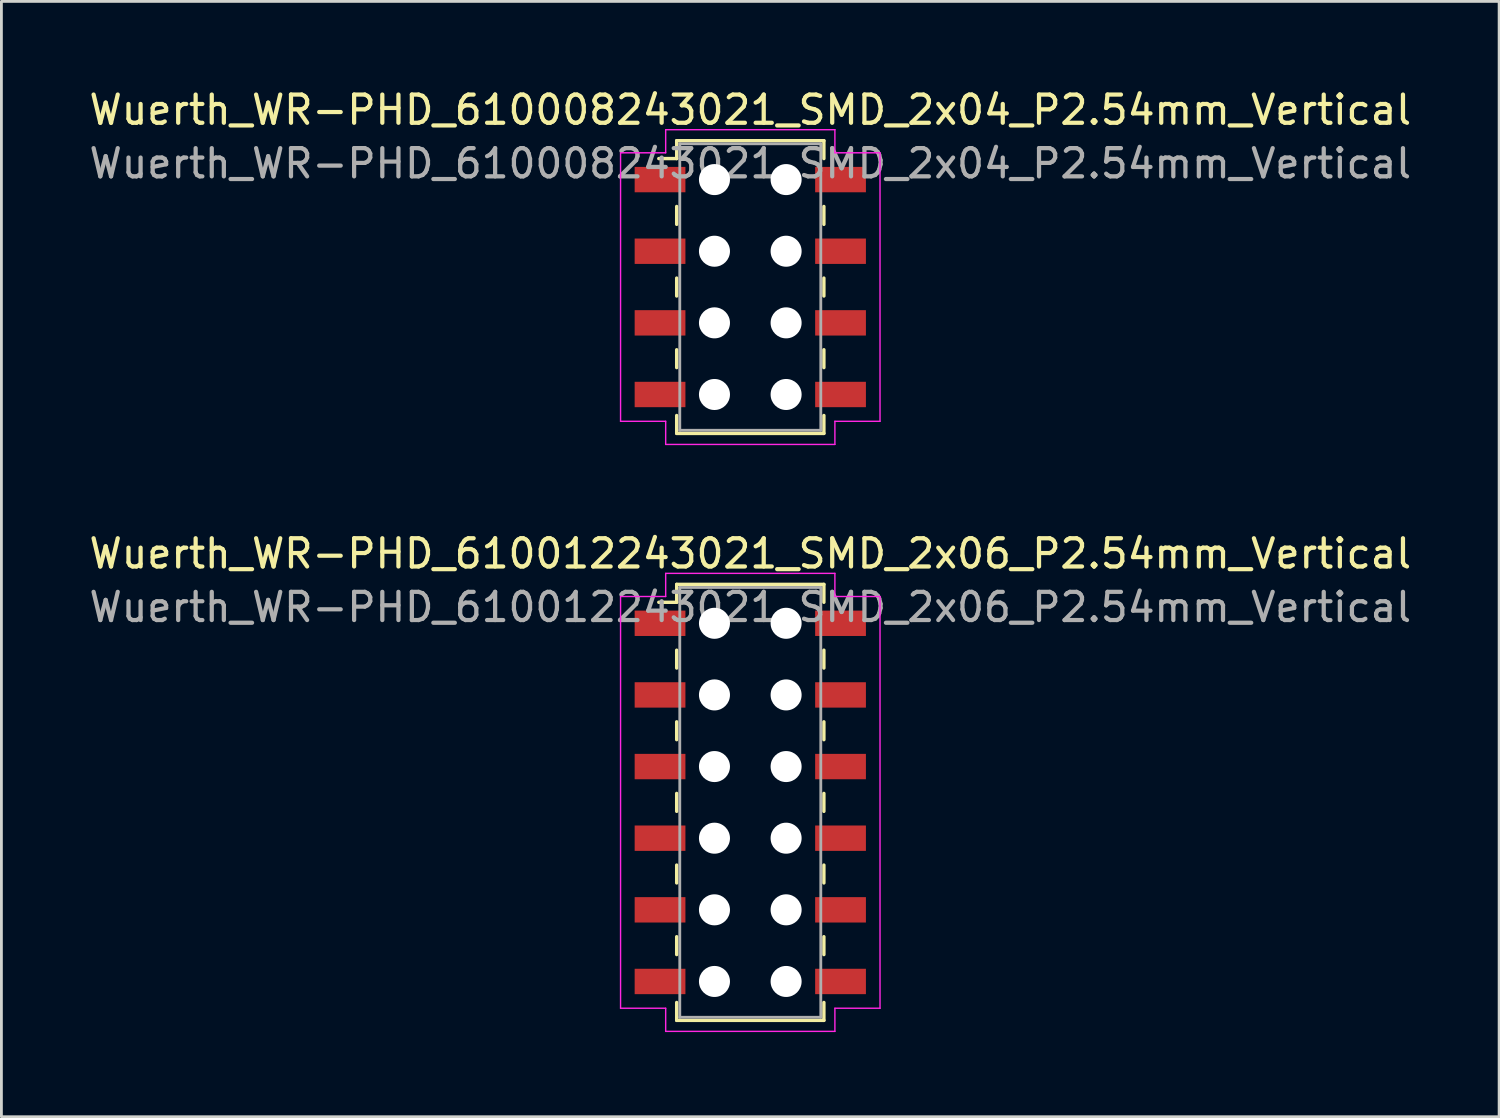
<source format=kicad_pcb>
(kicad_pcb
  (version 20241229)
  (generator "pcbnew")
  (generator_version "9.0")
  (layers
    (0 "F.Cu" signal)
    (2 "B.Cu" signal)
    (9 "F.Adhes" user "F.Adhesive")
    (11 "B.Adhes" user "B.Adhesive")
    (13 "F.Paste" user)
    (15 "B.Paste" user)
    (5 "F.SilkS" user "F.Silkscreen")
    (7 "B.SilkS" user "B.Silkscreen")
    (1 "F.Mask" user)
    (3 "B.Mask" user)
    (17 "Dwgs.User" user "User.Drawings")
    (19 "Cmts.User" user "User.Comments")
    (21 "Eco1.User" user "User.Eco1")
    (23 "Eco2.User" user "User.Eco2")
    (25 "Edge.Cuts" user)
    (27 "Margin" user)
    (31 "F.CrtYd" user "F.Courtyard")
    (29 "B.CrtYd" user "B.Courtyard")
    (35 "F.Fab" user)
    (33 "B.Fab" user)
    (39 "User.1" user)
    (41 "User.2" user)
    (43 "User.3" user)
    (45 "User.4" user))
  (footprint "Wuerth_WR-PHD_610012243021_SMD_2x06_P2.54mm_Vertical"
    (layer "F.Cu")
    (at 23.554 25.401)
    (property "Reference" "Wuerth_WR-PHD_610012243021_SMD_2x06_P2.54mm_Vertical" (at 0 -8.82 0) (layer "F.SilkS") (effects (font (size 1 1) (thickness 0.15))))
    (attr smd)
    (fp_line (start -2.61 -7.73) (end -2.61 -7.095) (stroke (width 0.12) (type solid)) (layer "F.SilkS"))
    (fp_line (start -2.61 -7.73) (end 2.61 -7.73) (stroke (width 0.12) (type solid)) (layer "F.SilkS"))
    (fp_line (start -2.61 -7.095) (end -3.245 -7.095) (stroke (width 0.12) (type solid)) (layer "F.SilkS"))
    (fp_line (start -2.61 -5.397) (end -2.61 -4.763) (stroke (width 0.12) (type solid)) (layer "F.SilkS"))
    (fp_line (start -2.61 -2.857) (end -2.61 -2.223) (stroke (width 0.12) (type solid)) (layer "F.SilkS"))
    (fp_line (start -2.61 -0.318) (end -2.61 0.318) (stroke (width 0.12) (type solid)) (layer "F.SilkS"))
    (fp_line (start -2.61 2.223) (end -2.61 2.857) (stroke (width 0.12) (type solid)) (layer "F.SilkS"))
    (fp_line (start -2.61 4.763) (end -2.61 5.397) (stroke (width 0.12) (type solid)) (layer "F.SilkS"))
    (fp_line (start -2.61 7.73) (end -2.61 7.095) (stroke (width 0.12) (type solid)) (layer "F.SilkS"))
    (fp_line (start -2.61 7.73) (end 2.61 7.73) (stroke (width 0.12) (type solid)) (layer "F.SilkS"))
    (fp_line (start 2.61 -7.73) (end 2.61 -7.095) (stroke (width 0.12) (type solid)) (layer "F.SilkS"))
    (fp_line (start 2.61 -5.397) (end 2.61 -4.763) (stroke (width 0.12) (type solid)) (layer "F.SilkS"))
    (fp_line (start 2.61 -2.857) (end 2.61 -2.223) (stroke (width 0.12) (type solid)) (layer "F.SilkS"))
    (fp_line (start 2.61 -0.318) (end 2.61 0.318) (stroke (width 0.12) (type solid)) (layer "F.SilkS"))
    (fp_line (start 2.61 2.223) (end 2.61 2.857) (stroke (width 0.12) (type solid)) (layer "F.SilkS"))
    (fp_line (start 2.61 4.763) (end 2.61 5.397) (stroke (width 0.12) (type solid)) (layer "F.SilkS"))
    (fp_line (start 2.61 7.73) (end 2.61 7.095) (stroke (width 0.12) (type solid)) (layer "F.SilkS"))
    (fp_line (start -4.6 -7.3) (end -3 -7.3) (stroke (width 0.05) (type solid)) (layer "F.CrtYd"))
    (fp_line (start -4.6 7.3) (end -4.6 -7.3) (stroke (width 0.05) (type solid)) (layer "F.CrtYd"))
    (fp_line (start -3 -8.12) (end 3 -8.12) (stroke (width 0.05) (type solid)) (layer "F.CrtYd"))
    (fp_line (start -3 -7.3) (end -3 -8.12) (stroke (width 0.05) (type solid)) (layer "F.CrtYd"))
    (fp_line (start -3 7.3) (end -4.6 7.3) (stroke (width 0.05) (type solid)) (layer "F.CrtYd"))
    (fp_line (start -3 8.12) (end -3 7.3) (stroke (width 0.05) (type solid)) (layer "F.CrtYd"))
    (fp_line (start 3 -8.12) (end 3 -7.3) (stroke (width 0.05) (type solid)) (layer "F.CrtYd"))
    (fp_line (start 3 -7.3) (end 4.6 -7.3) (stroke (width 0.05) (type solid)) (layer "F.CrtYd"))
    (fp_line (start 3 7.3) (end 3 8.12) (stroke (width 0.05) (type solid)) (layer "F.CrtYd"))
    (fp_line (start 3 8.12) (end -3 8.12) (stroke (width 0.05) (type solid)) (layer "F.CrtYd"))
    (fp_line (start 4.6 -7.3) (end 4.6 7.3) (stroke (width 0.05) (type solid)) (layer "F.CrtYd"))
    (fp_line (start 4.6 7.3) (end 3 7.3) (stroke (width 0.05) (type solid)) (layer "F.CrtYd"))
    (fp_line (start -2.5 -7.62) (end -2.5 7.62) (stroke (width 0.1) (type solid)) (layer "F.Fab"))
    (fp_line (start -2.5 7.62) (end 2.5 7.62) (stroke (width 0.1) (type solid)) (layer "F.Fab"))
    (fp_line (start 2.5 -7.62) (end -2.5 -7.62) (stroke (width 0.1) (type solid)) (layer "F.Fab"))
    (fp_line (start 2.5 7.62) (end 2.5 -7.62) (stroke (width 0.1) (type solid)) (layer "F.Fab"))
    (fp_text user "${REFERENCE}" (at 0 -6.92 0) (layer "F.Fab") (effects (font (size 1 1) (thickness 0.15))))
    (pad "" np_thru_hole circle (at -1.27 -6.35) (size 1.1 1.1) (drill 1.1) (layers "*.Cu" "*.Mask"))
    (pad "" np_thru_hole circle (at -1.27 -3.81) (size 1.1 1.1) (drill 1.1) (layers "*.Cu" "*.Mask"))
    (pad "" np_thru_hole circle (at -1.27 -1.27) (size 1.1 1.1) (drill 1.1) (layers "*.Cu" "*.Mask"))
    (pad "" np_thru_hole circle (at -1.27 1.27) (size 1.1 1.1) (drill 1.1) (layers "*.Cu" "*.Mask"))
    (pad "" np_thru_hole circle (at -1.27 3.81) (size 1.1 1.1) (drill 1.1) (layers "*.Cu" "*.Mask"))
    (pad "" np_thru_hole circle (at -1.27 6.35) (size 1.1 1.1) (drill 1.1) (layers "*.Cu" "*.Mask"))
    (pad "" np_thru_hole circle (at 1.27 -6.35) (size 1.1 1.1) (drill 1.1) (layers "*.Cu" "*.Mask"))
    (pad "" np_thru_hole circle (at 1.27 -3.81) (size 1.1 1.1) (drill 1.1) (layers "*.Cu" "*.Mask"))
    (pad "" np_thru_hole circle (at 1.27 -1.27) (size 1.1 1.1) (drill 1.1) (layers "*.Cu" "*.Mask"))
    (pad "" np_thru_hole circle (at 1.27 1.27) (size 1.1 1.1) (drill 1.1) (layers "*.Cu" "*.Mask"))
    (pad "" np_thru_hole circle (at 1.27 3.81) (size 1.1 1.1) (drill 1.1) (layers "*.Cu" "*.Mask"))
    (pad "" np_thru_hole circle (at 1.27 6.35) (size 1.1 1.1) (drill 1.1) (layers "*.Cu" "*.Mask"))
    (pad "1" smd rect (at -3.2 -6.35) (size 1.8 0.9) (layers "F.Cu" "F.Mask" "F.Paste"))
    (pad "2" smd rect (at 3.2 -6.35) (size 1.8 0.9) (layers "F.Cu" "F.Mask" "F.Paste"))
    (pad "3" smd rect (at -3.2 -3.81) (size 1.8 0.9) (layers "F.Cu" "F.Mask" "F.Paste"))
    (pad "4" smd rect (at 3.2 -3.81) (size 1.8 0.9) (layers "F.Cu" "F.Mask" "F.Paste"))
    (pad "5" smd rect (at -3.2 -1.27) (size 1.8 0.9) (layers "F.Cu" "F.Mask" "F.Paste"))
    (pad "6" smd rect (at 3.2 -1.27) (size 1.8 0.9) (layers "F.Cu" "F.Mask" "F.Paste"))
    (pad "7" smd rect (at -3.2 1.27) (size 1.8 0.9) (layers "F.Cu" "F.Mask" "F.Paste"))
    (pad "8" smd rect (at 3.2 1.27) (size 1.8 0.9) (layers "F.Cu" "F.Mask" "F.Paste"))
    (pad "9" smd rect (at -3.2 3.81) (size 1.8 0.9) (layers "F.Cu" "F.Mask" "F.Paste"))
    (pad "10" smd rect (at 3.2 3.81) (size 1.8 0.9) (layers "F.Cu" "F.Mask" "F.Paste"))
    (pad "11" smd rect (at -3.2 6.35) (size 1.8 0.9) (layers "F.Cu" "F.Mask" "F.Paste"))
    (pad "12" smd rect (at 3.2 6.35) (size 1.8 0.9) (layers "F.Cu" "F.Mask" "F.Paste")))
  (footprint "Wuerth_WR-PHD_610008243021_SMD_2x04_P2.54mm_Vertical"
    (layer "F.Cu")
    (at 23.554 7.128)
    (property "Reference" "Wuerth_WR-PHD_610008243021_SMD_2x04_P2.54mm_Vertical" (at 0 -6.28 0) (layer "F.SilkS") (effects (font (size 1 1) (thickness 0.15))))
    (attr smd)
    (fp_line (start -2.61 -5.19) (end -2.61 -4.555) (stroke (width 0.12) (type solid)) (layer "F.SilkS"))
    (fp_line (start -2.61 -5.19) (end 2.61 -5.19) (stroke (width 0.12) (type solid)) (layer "F.SilkS"))
    (fp_line (start -2.61 -4.555) (end -3.245 -4.555) (stroke (width 0.12) (type solid)) (layer "F.SilkS"))
    (fp_line (start -2.61 -2.857) (end -2.61 -2.223) (stroke (width 0.12) (type solid)) (layer "F.SilkS"))
    (fp_line (start -2.61 -0.318) (end -2.61 0.318) (stroke (width 0.12) (type solid)) (layer "F.SilkS"))
    (fp_line (start -2.61 2.223) (end -2.61 2.857) (stroke (width 0.12) (type solid)) (layer "F.SilkS"))
    (fp_line (start -2.61 5.19) (end -2.61 4.555) (stroke (width 0.12) (type solid)) (layer "F.SilkS"))
    (fp_line (start -2.61 5.19) (end 2.61 5.19) (stroke (width 0.12) (type solid)) (layer "F.SilkS"))
    (fp_line (start 2.61 -5.19) (end 2.61 -4.555) (stroke (width 0.12) (type solid)) (layer "F.SilkS"))
    (fp_line (start 2.61 -2.857) (end 2.61 -2.223) (stroke (width 0.12) (type solid)) (layer "F.SilkS"))
    (fp_line (start 2.61 -0.318) (end 2.61 0.318) (stroke (width 0.12) (type solid)) (layer "F.SilkS"))
    (fp_line (start 2.61 2.223) (end 2.61 2.857) (stroke (width 0.12) (type solid)) (layer "F.SilkS"))
    (fp_line (start 2.61 5.19) (end 2.61 4.555) (stroke (width 0.12) (type solid)) (layer "F.SilkS"))
    (fp_line (start -4.6 -4.76) (end -3 -4.76) (stroke (width 0.05) (type solid)) (layer "F.CrtYd"))
    (fp_line (start -4.6 4.76) (end -4.6 -4.76) (stroke (width 0.05) (type solid)) (layer "F.CrtYd"))
    (fp_line (start -3 -5.58) (end 3 -5.58) (stroke (width 0.05) (type solid)) (layer "F.CrtYd"))
    (fp_line (start -3 -4.76) (end -3 -5.58) (stroke (width 0.05) (type solid)) (layer "F.CrtYd"))
    (fp_line (start -3 4.76) (end -4.6 4.76) (stroke (width 0.05) (type solid)) (layer "F.CrtYd"))
    (fp_line (start -3 5.58) (end -3 4.76) (stroke (width 0.05) (type solid)) (layer "F.CrtYd"))
    (fp_line (start 3 -5.58) (end 3 -4.76) (stroke (width 0.05) (type solid)) (layer "F.CrtYd"))
    (fp_line (start 3 -4.76) (end 4.6 -4.76) (stroke (width 0.05) (type solid)) (layer "F.CrtYd"))
    (fp_line (start 3 4.76) (end 3 5.58) (stroke (width 0.05) (type solid)) (layer "F.CrtYd"))
    (fp_line (start 3 5.58) (end -3 5.58) (stroke (width 0.05) (type solid)) (layer "F.CrtYd"))
    (fp_line (start 4.6 -4.76) (end 4.6 4.76) (stroke (width 0.05) (type solid)) (layer "F.CrtYd"))
    (fp_line (start 4.6 4.76) (end 3 4.76) (stroke (width 0.05) (type solid)) (layer "F.CrtYd"))
    (fp_line (start -2.5 -5.08) (end -2.5 5.08) (stroke (width 0.1) (type solid)) (layer "F.Fab"))
    (fp_line (start -2.5 5.08) (end 2.5 5.08) (stroke (width 0.1) (type solid)) (layer "F.Fab"))
    (fp_line (start 2.5 -5.08) (end -2.5 -5.08) (stroke (width 0.1) (type solid)) (layer "F.Fab"))
    (fp_line (start 2.5 5.08) (end 2.5 -5.08) (stroke (width 0.1) (type solid)) (layer "F.Fab"))
    (fp_text user "${REFERENCE}" (at 0 -4.38 0) (layer "F.Fab") (effects (font (size 1 1) (thickness 0.15))))
    (pad "" np_thru_hole circle (at -1.27 -3.81) (size 1.1 1.1) (drill 1.1) (layers "*.Cu" "*.Mask"))
    (pad "" np_thru_hole circle (at -1.27 -1.27) (size 1.1 1.1) (drill 1.1) (layers "*.Cu" "*.Mask"))
    (pad "" np_thru_hole circle (at -1.27 1.27) (size 1.1 1.1) (drill 1.1) (layers "*.Cu" "*.Mask"))
    (pad "" np_thru_hole circle (at -1.27 3.81) (size 1.1 1.1) (drill 1.1) (layers "*.Cu" "*.Mask"))
    (pad "" np_thru_hole circle (at 1.27 -3.81) (size 1.1 1.1) (drill 1.1) (layers "*.Cu" "*.Mask"))
    (pad "" np_thru_hole circle (at 1.27 -1.27) (size 1.1 1.1) (drill 1.1) (layers "*.Cu" "*.Mask"))
    (pad "" np_thru_hole circle (at 1.27 1.27) (size 1.1 1.1) (drill 1.1) (layers "*.Cu" "*.Mask"))
    (pad "" np_thru_hole circle (at 1.27 3.81) (size 1.1 1.1) (drill 1.1) (layers "*.Cu" "*.Mask"))
    (pad "1" smd rect (at -3.2 -3.81) (size 1.8 0.9) (layers "F.Cu" "F.Mask" "F.Paste"))
    (pad "2" smd rect (at 3.2 -3.81) (size 1.8 0.9) (layers "F.Cu" "F.Mask" "F.Paste"))
    (pad "3" smd rect (at -3.2 -1.27) (size 1.8 0.9) (layers "F.Cu" "F.Mask" "F.Paste"))
    (pad "4" smd rect (at 3.2 -1.27) (size 1.8 0.9) (layers "F.Cu" "F.Mask" "F.Paste"))
    (pad "5" smd rect (at -3.2 1.27) (size 1.8 0.9) (layers "F.Cu" "F.Mask" "F.Paste"))
    (pad "6" smd rect (at 3.2 1.27) (size 1.8 0.9) (layers "F.Cu" "F.Mask" "F.Paste"))
    (pad "7" smd rect (at -3.2 3.81) (size 1.8 0.9) (layers "F.Cu" "F.Mask" "F.Paste"))
    (pad "8" smd rect (at 3.2 3.81) (size 1.8 0.9) (layers "F.Cu" "F.Mask" "F.Paste")))
  (gr_rect
    (start -3 -3)
    (end 50.107 36.547)
    (stroke (width 0.1) (type default))
    (fill no)
    (layer "Edge.Cuts")))
</source>
